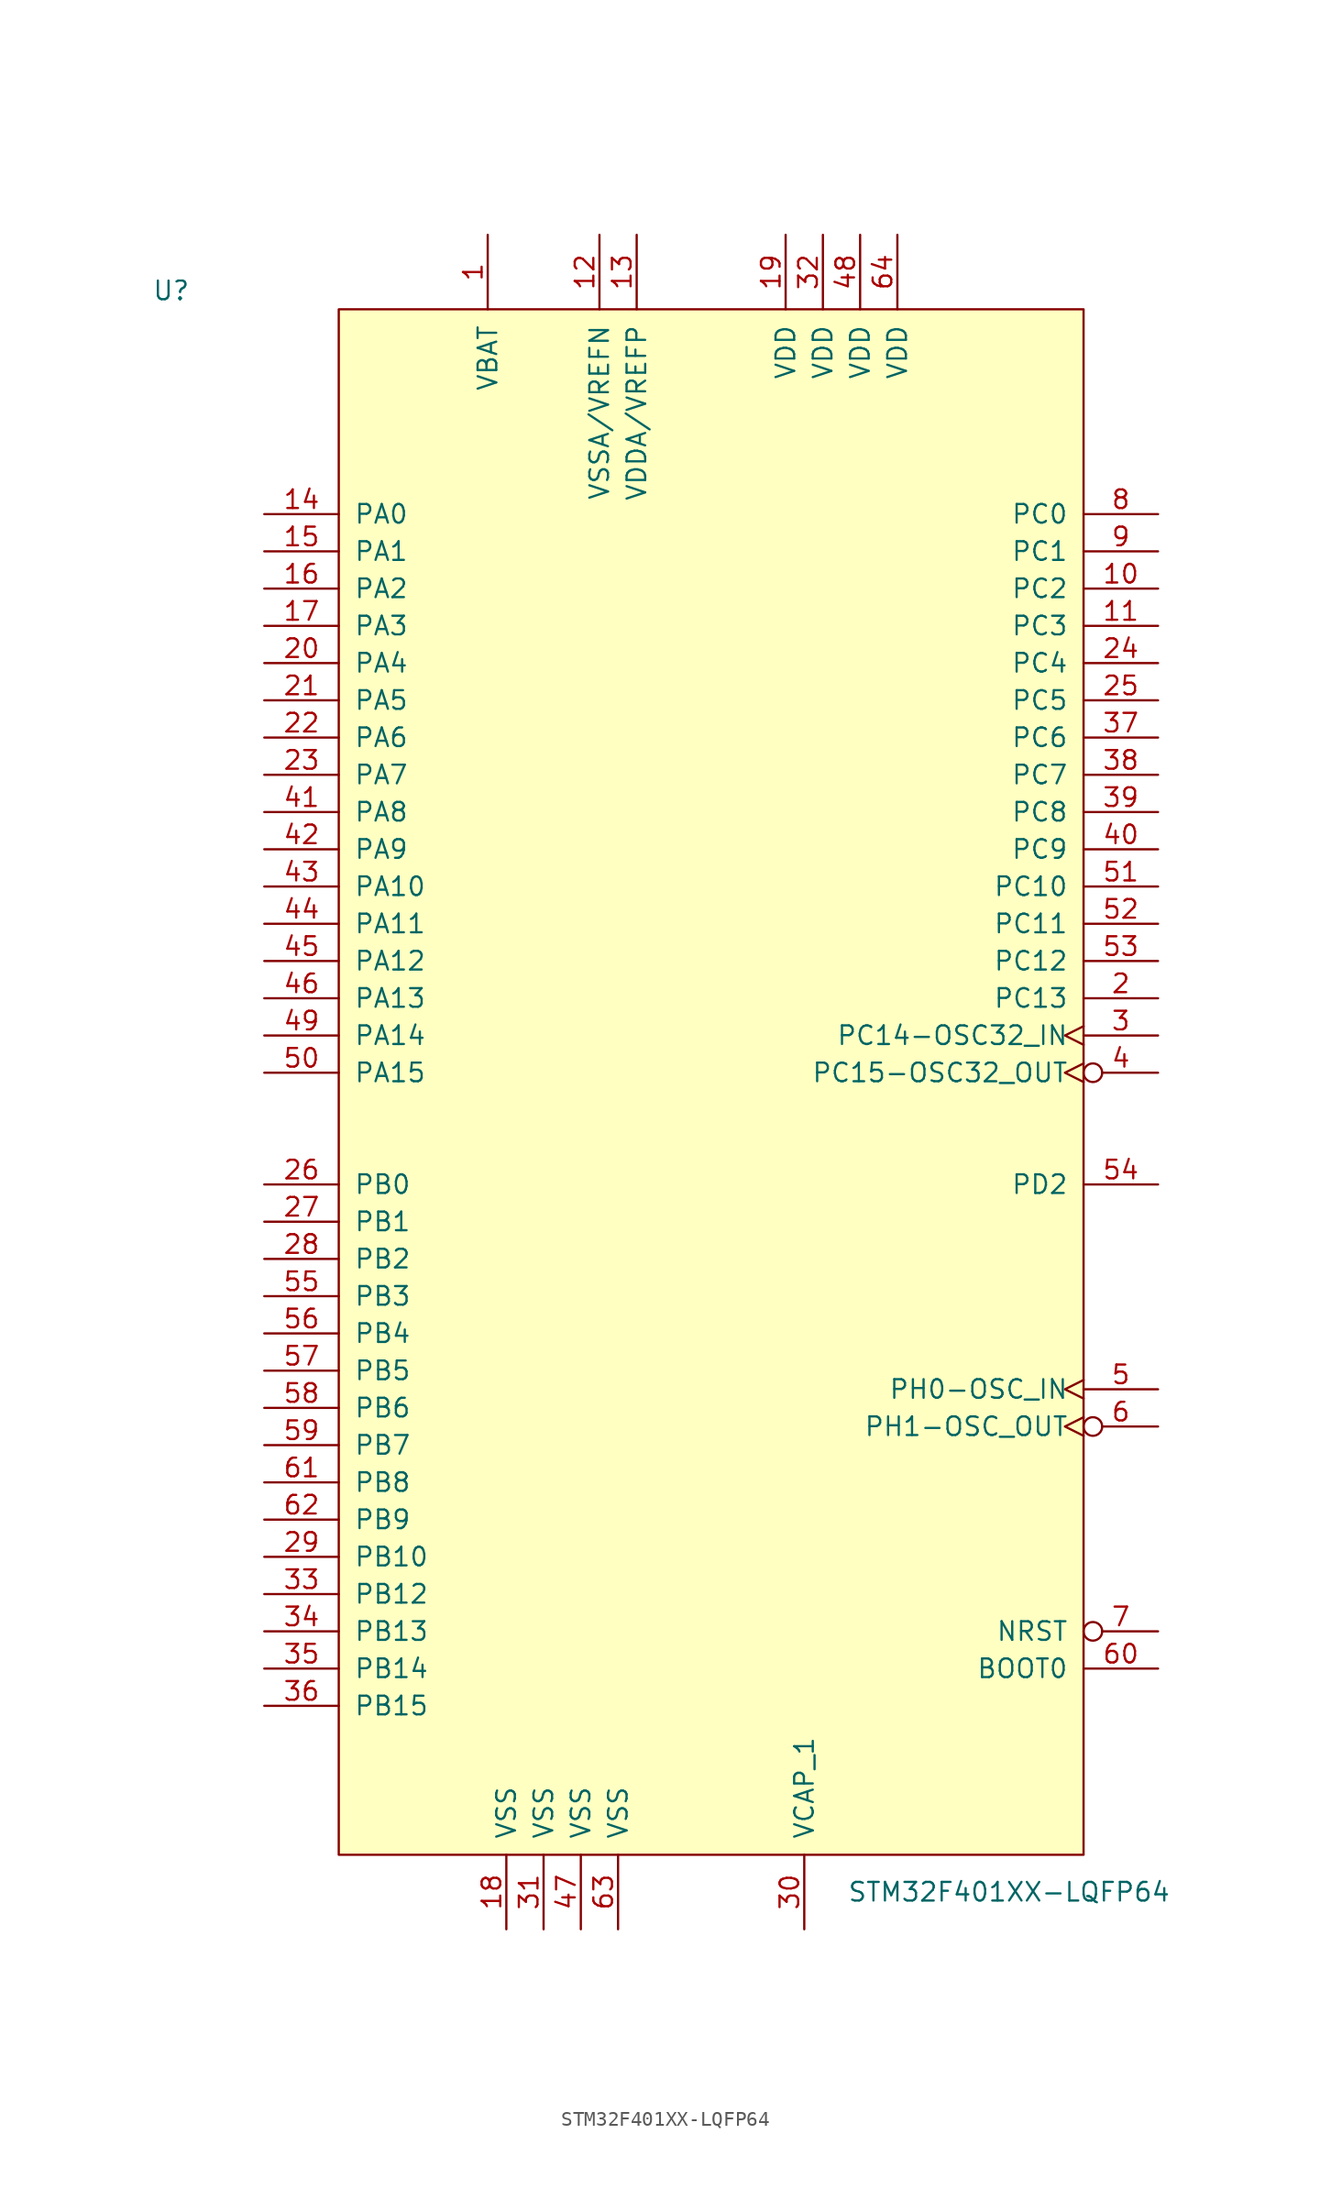
<source format=kicad_sym>
(kicad_symbol_lib
  (version 20220914)
  (generator kicad_symbol_editor)
  (symbol "STM32F401XX-LQFP64"
    (pin_names
      (offset 1.016))
    (property "Reference" "U"
      (at -36.83 77.47 0)
      (effects (font (size 1.27 1.27))))
    (property "Value" "STM32F401XX-LQFP64"
      (at 20.32 -31.75 0)
      (effects (font (size 1.27 1.27))))
    (symbol "STM32F401XX-LQFP64_0_1"
      (rectangle (start -25.4 76.2) (end 25.4 -29.21) (stroke (width 0) (type default)) (fill (type background))))
    (symbol "STM32F401XX-LQFP64_1_1"
      (pin power_in line (at -15.24 81.28 270) (length 5.08) (name "VBAT" (effects (font (size 1.27 1.27)))) (number "1" (effects (font (size 1.27 1.27)))))
      (pin bidirectional line (at 30.48 57.15 180) (length 5.08) (name "PC2" (effects (font (size 1.27 1.27)))) (number "10" (effects (font (size 1.27 1.27)))))
      (pin bidirectional line (at 30.48 54.61 180) (length 5.08) (name "PC3" (effects (font (size 1.27 1.27)))) (number "11" (effects (font (size 1.27 1.27)))))
      (pin power_in line (at -7.62 81.28 270) (length 5.08) (name "VSSA/VREFN" (effects (font (size 1.27 1.27)))) (number "12" (effects (font (size 1.27 1.27)))))
      (pin power_in line (at -5.08 81.28 270) (length 5.08) (name "VDDA/VREFP" (effects (font (size 1.27 1.27)))) (number "13" (effects (font (size 1.27 1.27)))))
      (pin bidirectional line (at -30.48 62.23 0) (length 5.08) (name "PA0" (effects (font (size 1.27 1.27)))) (number "14" (effects (font (size 1.27 1.27)))))
      (pin bidirectional line (at -30.48 59.69 0) (length 5.08) (name "PA1" (effects (font (size 1.27 1.27)))) (number "15" (effects (font (size 1.27 1.27)))))
      (pin bidirectional line (at -30.48 57.15 0) (length 5.08) (name "PA2" (effects (font (size 1.27 1.27)))) (number "16" (effects (font (size 1.27 1.27)))) (alternate "UART2_TX" output line))
      (pin bidirectional line (at -30.48 54.61 0) (length 5.08) (name "PA3" (effects (font (size 1.27 1.27)))) (number "17" (effects (font (size 1.27 1.27)))) (alternate "UART2_RX" input line))
      (pin power_in line (at -13.97 -34.29 90) (length 5.08) (name "VSS" (effects (font (size 1.27 1.27)))) (number "18" (effects (font (size 1.27 1.27)))))
      (pin power_in line (at 5.08 81.28 270) (length 5.08) (name "VDD" (effects (font (size 1.27 1.27)))) (number "19" (effects (font (size 1.27 1.27)))))
      (pin bidirectional line (at 30.48 29.21 180) (length 5.08) (name "PC13" (effects (font (size 1.27 1.27)))) (number "2" (effects (font (size 1.27 1.27)))))
      (pin bidirectional line (at -30.48 52.07 0) (length 5.08) (name "PA4" (effects (font (size 1.27 1.27)))) (number "20" (effects (font (size 1.27 1.27)))))
      (pin bidirectional line (at -30.48 49.53 0) (length 5.08) (name "PA5" (effects (font (size 1.27 1.27)))) (number "21" (effects (font (size 1.27 1.27)))))
      (pin bidirectional line (at -30.48 46.99 0) (length 5.08) (name "PA6" (effects (font (size 1.27 1.27)))) (number "22" (effects (font (size 1.27 1.27)))))
      (pin bidirectional line (at -30.48 44.45 0) (length 5.08) (name "PA7" (effects (font (size 1.27 1.27)))) (number "23" (effects (font (size 1.27 1.27)))))
      (pin bidirectional line (at 30.48 52.07 180) (length 5.08) (name "PC4" (effects (font (size 1.27 1.27)))) (number "24" (effects (font (size 1.27 1.27)))))
      (pin bidirectional line (at 30.48 49.53 180) (length 5.08) (name "PC5" (effects (font (size 1.27 1.27)))) (number "25" (effects (font (size 1.27 1.27)))))
      (pin bidirectional line (at -30.48 16.51 0) (length 5.08) (name "PB0" (effects (font (size 1.27 1.27)))) (number "26" (effects (font (size 1.27 1.27)))))
      (pin bidirectional line (at -30.48 13.97 0) (length 5.08) (name "PB1" (effects (font (size 1.27 1.27)))) (number "27" (effects (font (size 1.27 1.27)))))
      (pin bidirectional line (at -30.48 11.43 0) (length 5.08) (name "PB2" (effects (font (size 1.27 1.27)))) (number "28" (effects (font (size 1.27 1.27)))))
      (pin bidirectional line (at -30.48 -8.89 0) (length 5.08) (name "PB10" (effects (font (size 1.27 1.27)))) (number "29" (effects (font (size 1.27 1.27)))))
      (pin bidirectional clock (at 30.48 26.67 180) (length 5.08) (name "PC14-OSC32_IN" (effects (font (size 1.27 1.27)))) (number "3" (effects (font (size 1.27 1.27)))))
      (pin passive line (at 6.35 -34.29 90) (length 5.08) (name "VCAP_1" (effects (font (size 1.27 1.27)))) (number "30" (effects (font (size 1.27 1.27)))))
      (pin power_in line (at -11.43 -34.29 90) (length 5.08) (name "VSS" (effects (font (size 1.27 1.27)))) (number "31" (effects (font (size 1.27 1.27)))))
      (pin power_in line (at 7.62 81.28 270) (length 5.08) (name "VDD" (effects (font (size 1.27 1.27)))) (number "32" (effects (font (size 1.27 1.27)))))
      (pin bidirectional line (at -30.48 -11.43 0) (length 5.08) (name "PB12" (effects (font (size 1.27 1.27)))) (number "33" (effects (font (size 1.27 1.27)))))
      (pin bidirectional line (at -30.48 -13.97 0) (length 5.08) (name "PB13" (effects (font (size 1.27 1.27)))) (number "34" (effects (font (size 1.27 1.27)))))
      (pin bidirectional line (at -30.48 -16.51 0) (length 5.08) (name "PB14" (effects (font (size 1.27 1.27)))) (number "35" (effects (font (size 1.27 1.27)))))
      (pin bidirectional line (at -30.48 -19.05 0) (length 5.08) (name "PB15" (effects (font (size 1.27 1.27)))) (number "36" (effects (font (size 1.27 1.27)))))
      (pin bidirectional line (at 30.48 46.99 180) (length 5.08) (name "PC6" (effects (font (size 1.27 1.27)))) (number "37" (effects (font (size 1.27 1.27)))) (alternate "UART6_TX" output line))
      (pin bidirectional line (at 30.48 44.45 180) (length 5.08) (name "PC7" (effects (font (size 1.27 1.27)))) (number "38" (effects (font (size 1.27 1.27)))) (alternate "UART6_RX" input line))
      (pin bidirectional line (at 30.48 41.91 180) (length 5.08) (name "PC8" (effects (font (size 1.27 1.27)))) (number "39" (effects (font (size 1.27 1.27)))))
      (pin bidirectional inverted_clock (at 30.48 24.13 180) (length 5.08) (name "PC15-OSC32_OUT" (effects (font (size 1.27 1.27)))) (number "4" (effects (font (size 1.27 1.27)))))
      (pin bidirectional line (at 30.48 39.37 180) (length 5.08) (name "PC9" (effects (font (size 1.27 1.27)))) (number "40" (effects (font (size 1.27 1.27)))))
      (pin bidirectional line (at -30.48 41.91 0) (length 5.08) (name "PA8" (effects (font (size 1.27 1.27)))) (number "41" (effects (font (size 1.27 1.27)))) (alternate "USB_SOF" output line))
      (pin bidirectional line (at -30.48 39.37 0) (length 5.08) (name "PA9" (effects (font (size 1.27 1.27)))) (number "42" (effects (font (size 1.27 1.27)))) (alternate "USB_VBUS" input line))
      (pin bidirectional line (at -30.48 36.83 0) (length 5.08) (name "PA10" (effects (font (size 1.27 1.27)))) (number "43" (effects (font (size 1.27 1.27)))) (alternate "USB_ID" input line))
      (pin bidirectional line (at -30.48 34.29 0) (length 5.08) (name "PA11" (effects (font (size 1.27 1.27)))) (number "44" (effects (font (size 1.27 1.27)))) (alternate "UART6_TX" output line) (alternate "USB_DM" bidirectional line))
      (pin bidirectional line (at -30.48 31.75 0) (length 5.08) (name "PA12" (effects (font (size 1.27 1.27)))) (number "45" (effects (font (size 1.27 1.27)))) (alternate "UART6_RX" input line) (alternate "USB_DP" bidirectional line))
      (pin bidirectional line (at -30.48 29.21 0) (length 5.08) (name "PA13" (effects (font (size 1.27 1.27)))) (number "46" (effects (font (size 1.27 1.27)))) (alternate "JTAG_TMS" input line))
      (pin power_in line (at -8.89 -34.29 90) (length 5.08) (name "VSS" (effects (font (size 1.27 1.27)))) (number "47" (effects (font (size 1.27 1.27)))))
      (pin power_in line (at 10.16 81.28 270) (length 5.08) (name "VDD" (effects (font (size 1.27 1.27)))) (number "48" (effects (font (size 1.27 1.27)))))
      (pin bidirectional line (at -30.48 26.67 0) (length 5.08) (name "PA14" (effects (font (size 1.27 1.27)))) (number "49" (effects (font (size 1.27 1.27)))) (alternate "JTAG_TCK" input line))
      (pin bidirectional clock (at 30.48 2.54 180) (length 5.08) (name "PH0-OSC_IN" (effects (font (size 1.27 1.27)))) (number "5" (effects (font (size 1.27 1.27)))))
      (pin bidirectional line (at -30.48 24.13 0) (length 5.08) (name "PA15" (effects (font (size 1.27 1.27)))) (number "50" (effects (font (size 1.27 1.27)))) (alternate "JTAG_TDI" input line))
      (pin bidirectional line (at 30.48 36.83 180) (length 5.08) (name "PC10" (effects (font (size 1.27 1.27)))) (number "51" (effects (font (size 1.27 1.27)))))
      (pin bidirectional line (at 30.48 34.29 180) (length 5.08) (name "PC11" (effects (font (size 1.27 1.27)))) (number "52" (effects (font (size 1.27 1.27)))))
      (pin bidirectional line (at 30.48 31.75 180) (length 5.08) (name "PC12" (effects (font (size 1.27 1.27)))) (number "53" (effects (font (size 1.27 1.27)))))
      (pin bidirectional line (at 30.48 16.51 180) (length 5.08) (name "PD2" (effects (font (size 1.27 1.27)))) (number "54" (effects (font (size 1.27 1.27)))))
      (pin bidirectional line (at -30.48 8.89 0) (length 5.08) (name "PB3" (effects (font (size 1.27 1.27)))) (number "55" (effects (font (size 1.27 1.27)))) (alternate "JTAG_TDO" output line))
      (pin bidirectional line (at -30.48 6.35 0) (length 5.08) (name "PB4" (effects (font (size 1.27 1.27)))) (number "56" (effects (font (size 1.27 1.27)))) (alternate "JTAG_TNRST" input inverted))
      (pin bidirectional line (at -30.48 3.81 0) (length 5.08) (name "PB5" (effects (font (size 1.27 1.27)))) (number "57" (effects (font (size 1.27 1.27)))))
      (pin bidirectional line (at -30.48 1.27 0) (length 5.08) (name "PB6" (effects (font (size 1.27 1.27)))) (number "58" (effects (font (size 1.27 1.27)))) (alternate "UART1_TX" output line))
      (pin bidirectional line (at -30.48 -1.27 0) (length 5.08) (name "PB7" (effects (font (size 1.27 1.27)))) (number "59" (effects (font (size 1.27 1.27)))) (alternate "UART1_RX" input line))
      (pin bidirectional inverted_clock (at 30.48 0 180) (length 5.08) (name "PH1-OSC_OUT" (effects (font (size 1.27 1.27)))) (number "6" (effects (font (size 1.27 1.27)))))
      (pin input line (at 30.48 -16.51 180) (length 5.08) (name "BOOT0" (effects (font (size 1.27 1.27)))) (number "60" (effects (font (size 1.27 1.27)))))
      (pin bidirectional line (at -30.48 -3.81 0) (length 5.08) (name "PB8" (effects (font (size 1.27 1.27)))) (number "61" (effects (font (size 1.27 1.27)))))
      (pin bidirectional line (at -30.48 -6.35 0) (length 5.08) (name "PB9" (effects (font (size 1.27 1.27)))) (number "62" (effects (font (size 1.27 1.27)))))
      (pin power_in line (at -6.35 -34.29 90) (length 5.08) (name "VSS" (effects (font (size 1.27 1.27)))) (number "63" (effects (font (size 1.27 1.27)))))
      (pin power_in line (at 12.7 81.28 270) (length 5.08) (name "VDD" (effects (font (size 1.27 1.27)))) (number "64" (effects (font (size 1.27 1.27)))))
      (pin input inverted (at 30.48 -13.97 180) (length 5.08) (name "NRST" (effects (font (size 1.27 1.27)))) (number "7" (effects (font (size 1.27 1.27)))))
      (pin bidirectional line (at 30.48 62.23 180) (length 5.08) (name "PC0" (effects (font (size 1.27 1.27)))) (number "8" (effects (font (size 1.27 1.27)))))
      (pin bidirectional line (at 30.48 59.69 180) (length 5.08) (name "PC1" (effects (font (size 1.27 1.27)))) (number "9" (effects (font (size 1.27 1.27))))))))
</source>
